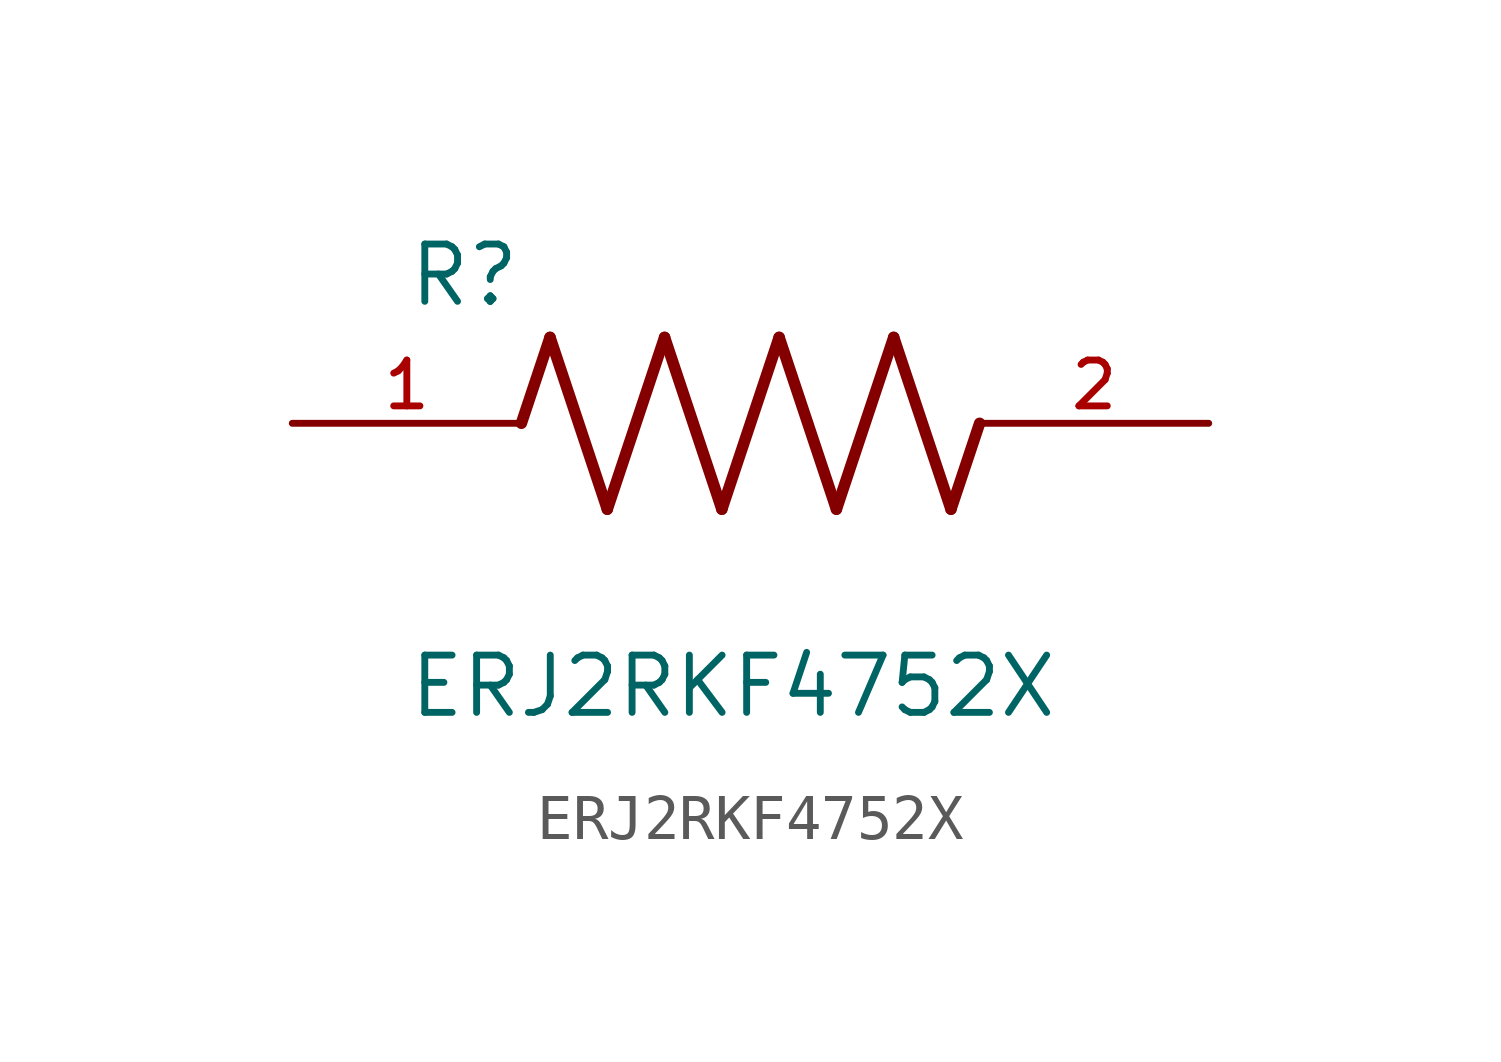
<source format=kicad_sym>
(kicad_symbol_lib
  (version 20211014)
  (generator kicad_symbol_editor)
  (symbol "ERJ2RKF4752X"
    (pin_names
      (offset 1.016))
    (property "Reference" "R"
      (at -7.624 2.541 0)
      (effects (font (size 1.27 1.27)) (justify bottom left)))
    (property "Value" "ERJ2RKF4752X"
      (at -7.624 -5.087 0)
      (effects (font (size 1.27 1.27)) (justify top left)))
    (symbol "ERJ2RKF4752X_0_0"
      (polyline (pts (xy -5.08 0.0) (xy -4.445 1.905)) (stroke (width 0.254)))
      (polyline (pts (xy -4.445 1.905) (xy -3.175 -1.905)) (stroke (width 0.254)))
      (polyline (pts (xy -3.175 -1.905) (xy -1.905 1.905)) (stroke (width 0.254)))
      (polyline (pts (xy -1.905 1.905) (xy -0.635 -1.905)) (stroke (width 0.254)))
      (polyline (pts (xy -0.635 -1.905) (xy 0.635 1.905)) (stroke (width 0.254)))
      (polyline (pts (xy 0.635 1.905) (xy 1.905 -1.905)) (stroke (width 0.254)))
      (polyline (pts (xy 1.905 -1.905) (xy 3.175 1.905)) (stroke (width 0.254)))
      (polyline (pts (xy 3.175 1.905) (xy 4.445 -1.905)) (stroke (width 0.254)))
      (polyline (pts (xy 4.445 -1.905) (xy 5.08 0.0)) (stroke (width 0.254)))
      (pin passive line (at -10.16 0.0 0) (length 5.08) (name "~" (effects (font (size 1.016 1.016)))) (number "1" (effects (font (size 1.016 1.016)))))
      (pin passive line (at 10.16 0.0 180.0) (length 5.08) (name "~" (effects (font (size 1.016 1.016)))) (number "2" (effects (font (size 1.016 1.016))))))))
</source>
